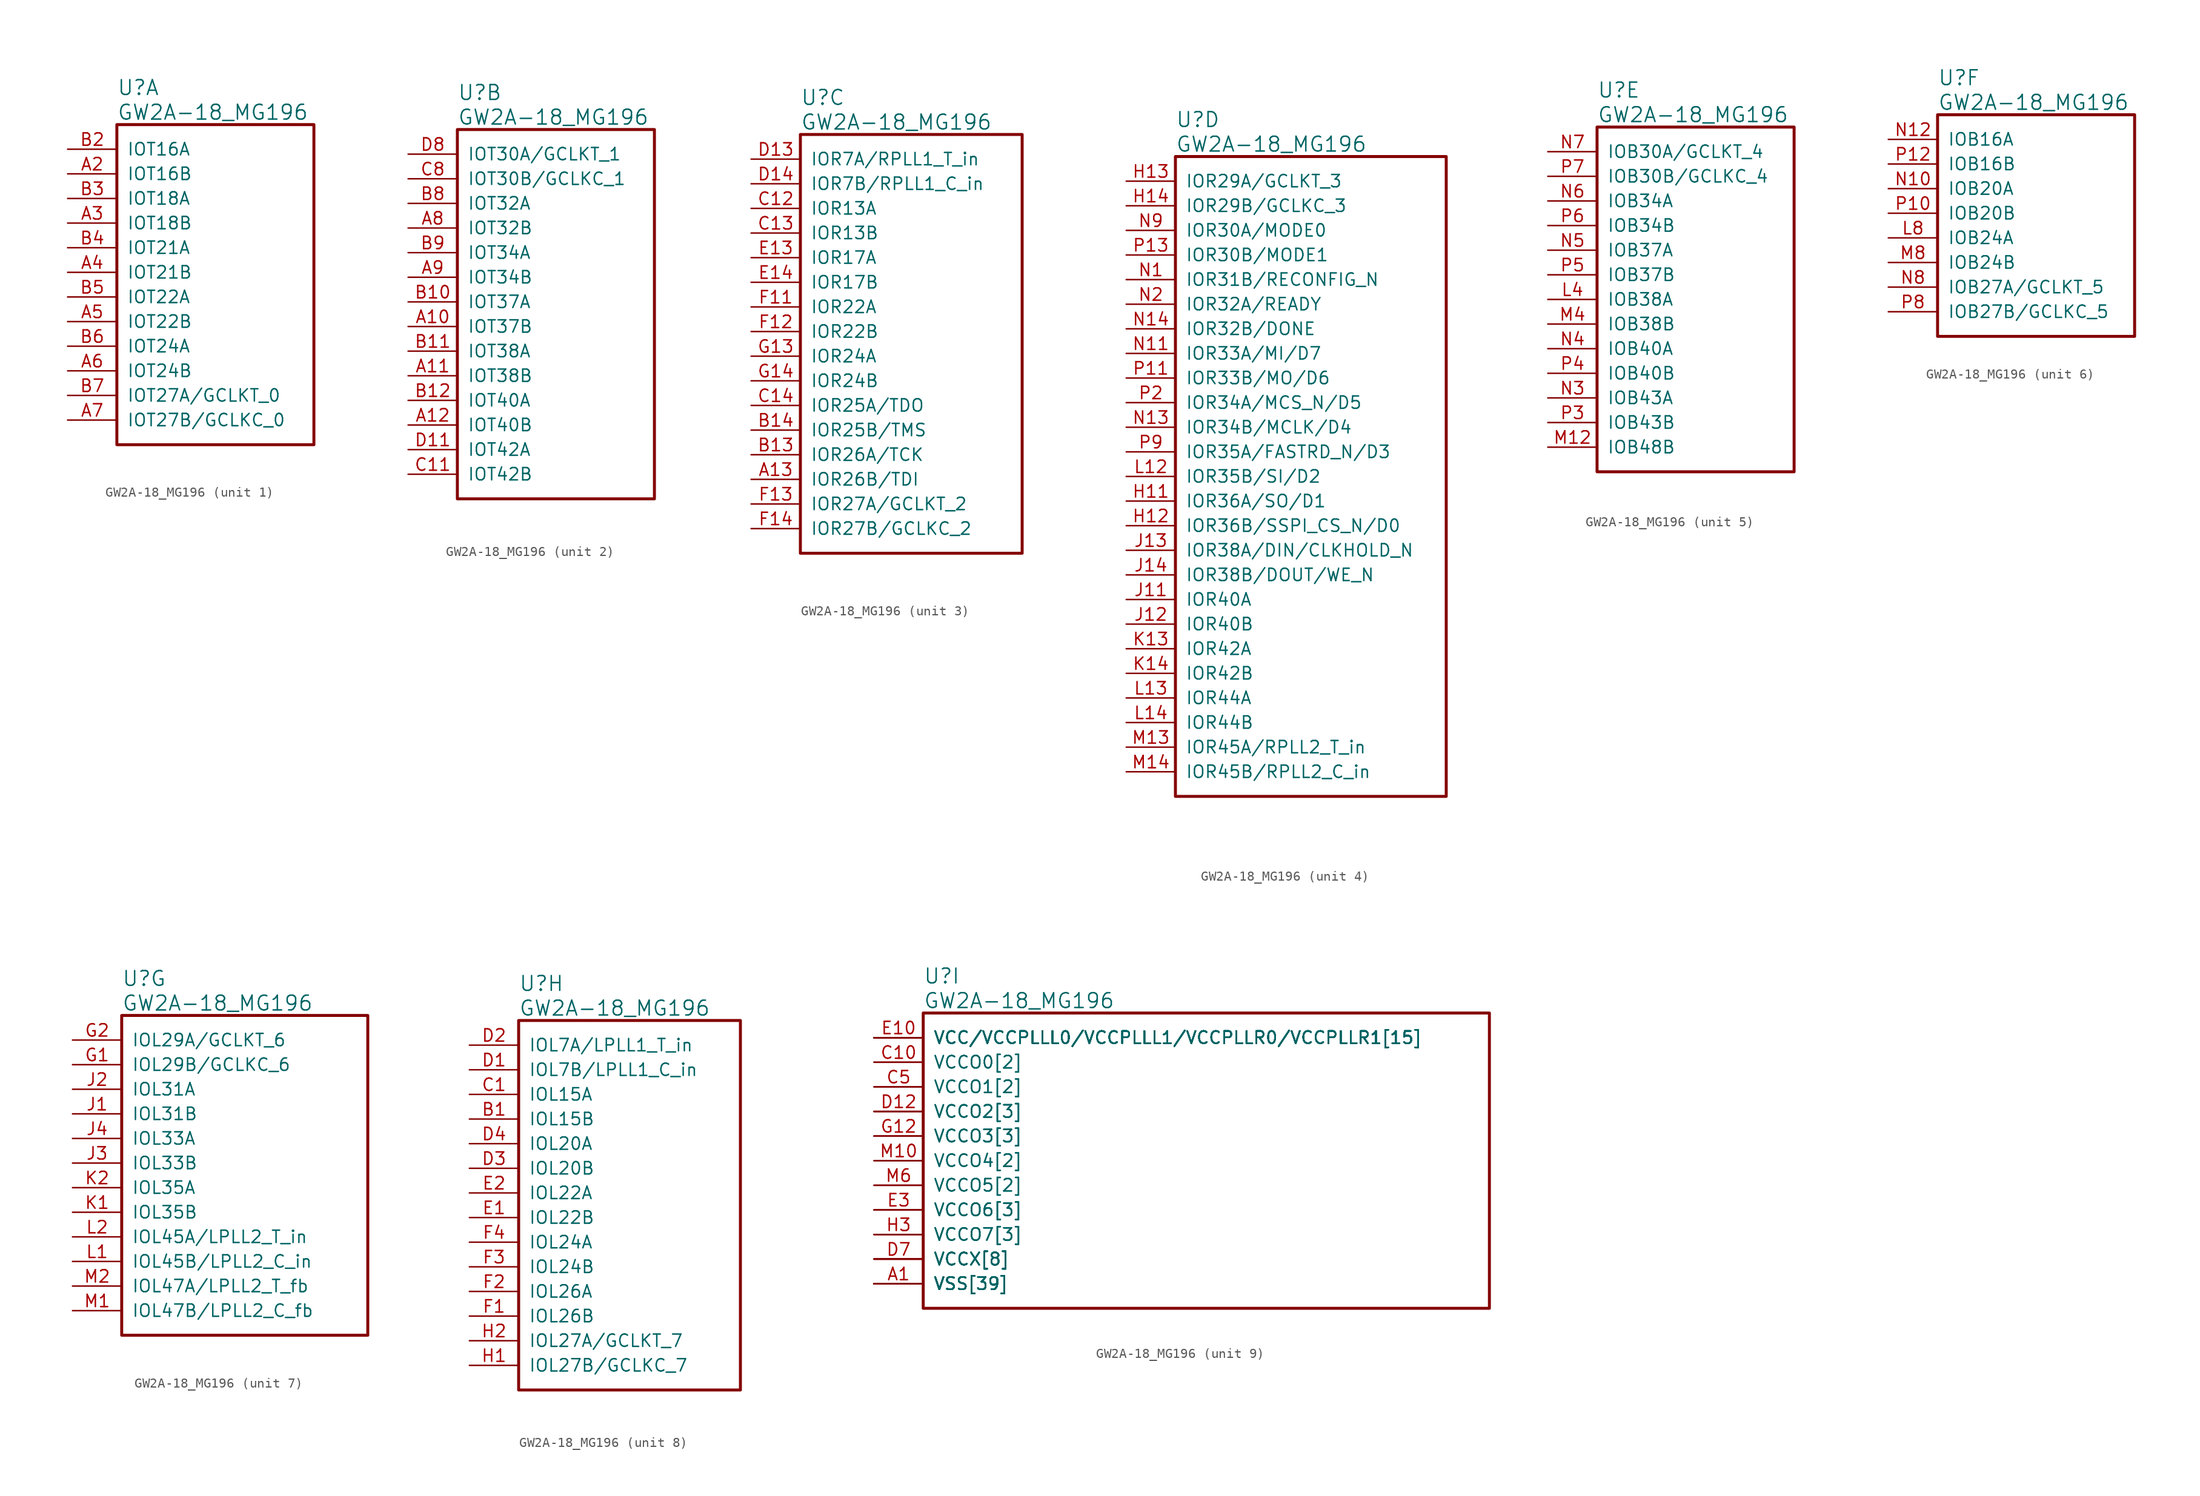
<source format=kicad_sym>
(kicad_symbol_lib
  (version 20211014)
  (generator kicad_symbol_editor)
  (symbol "GW2A-18_MG196"
    (pin_names
      (offset 1.016))
    (property "Reference" "U"
      (at 5.08 6.35 0)
      (effects (font (size 1.524 1.524)) (justify left)))
    (property "Value" "GW2A-18_MG196"
      (at 5.08 3.81 0)
      (effects (font (size 1.524 1.524)) (justify left)))
    (property "ki_locked" ""
      (at 0 0 0)
      (effects (font (size 1.27 1.27))))
    (symbol "GW2A-18_MG196_1_1"
      (rectangle (start 5.08 2.54) (end 25.4 -30.48) (stroke (width 0.305) (type default) (color 0 0 0 0)) (fill (type none)))
      (pin bidirectional line (at 0 -2.54 0) (length 5.08) (name "IOT16B" (effects (font (size 1.27 1.27)))) (number "A2" (effects (font (size 1.27 1.27)))))
      (pin bidirectional line (at 0 -7.62 0) (length 5.08) (name "IOT18B" (effects (font (size 1.27 1.27)))) (number "A3" (effects (font (size 1.27 1.27)))))
      (pin bidirectional line (at 0 -12.7 0) (length 5.08) (name "IOT21B" (effects (font (size 1.27 1.27)))) (number "A4" (effects (font (size 1.27 1.27)))))
      (pin bidirectional line (at 0 -17.78 0) (length 5.08) (name "IOT22B" (effects (font (size 1.27 1.27)))) (number "A5" (effects (font (size 1.27 1.27)))))
      (pin bidirectional line (at 0 -22.86 0) (length 5.08) (name "IOT24B" (effects (font (size 1.27 1.27)))) (number "A6" (effects (font (size 1.27 1.27)))))
      (pin bidirectional line (at 0 -27.94 0) (length 5.08) (name "IOT27B/GCLKC_0" (effects (font (size 1.27 1.27)))) (number "A7" (effects (font (size 1.27 1.27)))))
      (pin bidirectional line (at 0 0 0) (length 5.08) (name "IOT16A" (effects (font (size 1.27 1.27)))) (number "B2" (effects (font (size 1.27 1.27)))))
      (pin bidirectional line (at 0 -5.08 0) (length 5.08) (name "IOT18A" (effects (font (size 1.27 1.27)))) (number "B3" (effects (font (size 1.27 1.27)))))
      (pin bidirectional line (at 0 -10.16 0) (length 5.08) (name "IOT21A" (effects (font (size 1.27 1.27)))) (number "B4" (effects (font (size 1.27 1.27)))))
      (pin bidirectional line (at 0 -15.24 0) (length 5.08) (name "IOT22A" (effects (font (size 1.27 1.27)))) (number "B5" (effects (font (size 1.27 1.27)))))
      (pin bidirectional line (at 0 -20.32 0) (length 5.08) (name "IOT24A" (effects (font (size 1.27 1.27)))) (number "B6" (effects (font (size 1.27 1.27)))))
      (pin bidirectional line (at 0 -25.4 0) (length 5.08) (name "IOT27A/GCLKT_0" (effects (font (size 1.27 1.27)))) (number "B7" (effects (font (size 1.27 1.27))))))
    (symbol "GW2A-18_MG196_2_1"
      (rectangle (start 5.08 2.54) (end 25.4 -35.56) (stroke (width 0.305) (type default) (color 0 0 0 0)) (fill (type none)))
      (pin bidirectional line (at 0 -17.78 0) (length 5.08) (name "IOT37B" (effects (font (size 1.27 1.27)))) (number "A10" (effects (font (size 1.27 1.27)))))
      (pin bidirectional line (at 0 -22.86 0) (length 5.08) (name "IOT38B" (effects (font (size 1.27 1.27)))) (number "A11" (effects (font (size 1.27 1.27)))))
      (pin bidirectional line (at 0 -27.94 0) (length 5.08) (name "IOT40B" (effects (font (size 1.27 1.27)))) (number "A12" (effects (font (size 1.27 1.27)))))
      (pin bidirectional line (at 0 -7.62 0) (length 5.08) (name "IOT32B" (effects (font (size 1.27 1.27)))) (number "A8" (effects (font (size 1.27 1.27)))))
      (pin bidirectional line (at 0 -12.7 0) (length 5.08) (name "IOT34B" (effects (font (size 1.27 1.27)))) (number "A9" (effects (font (size 1.27 1.27)))))
      (pin bidirectional line (at 0 -15.24 0) (length 5.08) (name "IOT37A" (effects (font (size 1.27 1.27)))) (number "B10" (effects (font (size 1.27 1.27)))))
      (pin bidirectional line (at 0 -20.32 0) (length 5.08) (name "IOT38A" (effects (font (size 1.27 1.27)))) (number "B11" (effects (font (size 1.27 1.27)))))
      (pin bidirectional line (at 0 -25.4 0) (length 5.08) (name "IOT40A" (effects (font (size 1.27 1.27)))) (number "B12" (effects (font (size 1.27 1.27)))))
      (pin bidirectional line (at 0 -5.08 0) (length 5.08) (name "IOT32A" (effects (font (size 1.27 1.27)))) (number "B8" (effects (font (size 1.27 1.27)))))
      (pin bidirectional line (at 0 -10.16 0) (length 5.08) (name "IOT34A" (effects (font (size 1.27 1.27)))) (number "B9" (effects (font (size 1.27 1.27)))))
      (pin bidirectional line (at 0 -33.02 0) (length 5.08) (name "IOT42B" (effects (font (size 1.27 1.27)))) (number "C11" (effects (font (size 1.27 1.27)))))
      (pin bidirectional line (at 0 -2.54 0) (length 5.08) (name "IOT30B/GCLKC_1" (effects (font (size 1.27 1.27)))) (number "C8" (effects (font (size 1.27 1.27)))))
      (pin bidirectional line (at 0 -30.48 0) (length 5.08) (name "IOT42A" (effects (font (size 1.27 1.27)))) (number "D11" (effects (font (size 1.27 1.27)))))
      (pin bidirectional line (at 0 0 0) (length 5.08) (name "IOT30A/GCLKT_1" (effects (font (size 1.27 1.27)))) (number "D8" (effects (font (size 1.27 1.27))))))
    (symbol "GW2A-18_MG196_3_1"
      (rectangle (start 5.08 2.54) (end 27.94 -40.64) (stroke (width 0.305) (type default) (color 0 0 0 0)) (fill (type none)))
      (pin bidirectional line (at 0 -33.02 0) (length 5.08) (name "IOR26B/TDI" (effects (font (size 1.27 1.27)))) (number "A13" (effects (font (size 1.27 1.27)))))
      (pin bidirectional line (at 0 -30.48 0) (length 5.08) (name "IOR26A/TCK" (effects (font (size 1.27 1.27)))) (number "B13" (effects (font (size 1.27 1.27)))))
      (pin bidirectional line (at 0 -27.94 0) (length 5.08) (name "IOR25B/TMS" (effects (font (size 1.27 1.27)))) (number "B14" (effects (font (size 1.27 1.27)))))
      (pin bidirectional line (at 0 -5.08 0) (length 5.08) (name "IOR13A" (effects (font (size 1.27 1.27)))) (number "C12" (effects (font (size 1.27 1.27)))))
      (pin bidirectional line (at 0 -7.62 0) (length 5.08) (name "IOR13B" (effects (font (size 1.27 1.27)))) (number "C13" (effects (font (size 1.27 1.27)))))
      (pin bidirectional line (at 0 -25.4 0) (length 5.08) (name "IOR25A/TDO" (effects (font (size 1.27 1.27)))) (number "C14" (effects (font (size 1.27 1.27)))))
      (pin bidirectional line (at 0 0 0) (length 5.08) (name "IOR7A/RPLL1_T_in" (effects (font (size 1.27 1.27)))) (number "D13" (effects (font (size 1.27 1.27)))))
      (pin bidirectional line (at 0 -2.54 0) (length 5.08) (name "IOR7B/RPLL1_C_in" (effects (font (size 1.27 1.27)))) (number "D14" (effects (font (size 1.27 1.27)))))
      (pin bidirectional line (at 0 -10.16 0) (length 5.08) (name "IOR17A" (effects (font (size 1.27 1.27)))) (number "E13" (effects (font (size 1.27 1.27)))))
      (pin bidirectional line (at 0 -12.7 0) (length 5.08) (name "IOR17B" (effects (font (size 1.27 1.27)))) (number "E14" (effects (font (size 1.27 1.27)))))
      (pin bidirectional line (at 0 -15.24 0) (length 5.08) (name "IOR22A" (effects (font (size 1.27 1.27)))) (number "F11" (effects (font (size 1.27 1.27)))))
      (pin bidirectional line (at 0 -17.78 0) (length 5.08) (name "IOR22B" (effects (font (size 1.27 1.27)))) (number "F12" (effects (font (size 1.27 1.27)))))
      (pin bidirectional line (at 0 -35.56 0) (length 5.08) (name "IOR27A/GCLKT_2" (effects (font (size 1.27 1.27)))) (number "F13" (effects (font (size 1.27 1.27)))))
      (pin bidirectional line (at 0 -38.1 0) (length 5.08) (name "IOR27B/GCLKC_2" (effects (font (size 1.27 1.27)))) (number "F14" (effects (font (size 1.27 1.27)))))
      (pin bidirectional line (at 0 -20.32 0) (length 5.08) (name "IOR24A" (effects (font (size 1.27 1.27)))) (number "G13" (effects (font (size 1.27 1.27)))))
      (pin bidirectional line (at 0 -22.86 0) (length 5.08) (name "IOR24B" (effects (font (size 1.27 1.27)))) (number "G14" (effects (font (size 1.27 1.27))))))
    (symbol "GW2A-18_MG196_4_1"
      (rectangle (start 5.08 2.54) (end 33.02 -63.5) (stroke (width 0.305) (type default) (color 0 0 0 0)) (fill (type none)))
      (pin bidirectional line (at 0 -33.02 0) (length 5.08) (name "IOR36A/SO/D1" (effects (font (size 1.27 1.27)))) (number "H11" (effects (font (size 1.27 1.27)))))
      (pin bidirectional line (at 0 -35.56 0) (length 5.08) (name "IOR36B/SSPI_CS_N/D0" (effects (font (size 1.27 1.27)))) (number "H12" (effects (font (size 1.27 1.27)))))
      (pin bidirectional line (at 0 0 0) (length 5.08) (name "IOR29A/GCLKT_3" (effects (font (size 1.27 1.27)))) (number "H13" (effects (font (size 1.27 1.27)))))
      (pin bidirectional line (at 0 -2.54 0) (length 5.08) (name "IOR29B/GCLKC_3" (effects (font (size 1.27 1.27)))) (number "H14" (effects (font (size 1.27 1.27)))))
      (pin bidirectional line (at 0 -43.18 0) (length 5.08) (name "IOR40A" (effects (font (size 1.27 1.27)))) (number "J11" (effects (font (size 1.27 1.27)))))
      (pin bidirectional line (at 0 -45.72 0) (length 5.08) (name "IOR40B" (effects (font (size 1.27 1.27)))) (number "J12" (effects (font (size 1.27 1.27)))))
      (pin bidirectional line (at 0 -38.1 0) (length 5.08) (name "IOR38A/DIN/CLKHOLD_N" (effects (font (size 1.27 1.27)))) (number "J13" (effects (font (size 1.27 1.27)))))
      (pin bidirectional line (at 0 -40.64 0) (length 5.08) (name "IOR38B/DOUT/WE_N" (effects (font (size 1.27 1.27)))) (number "J14" (effects (font (size 1.27 1.27)))))
      (pin bidirectional line (at 0 -48.26 0) (length 5.08) (name "IOR42A" (effects (font (size 1.27 1.27)))) (number "K13" (effects (font (size 1.27 1.27)))))
      (pin bidirectional line (at 0 -50.8 0) (length 5.08) (name "IOR42B" (effects (font (size 1.27 1.27)))) (number "K14" (effects (font (size 1.27 1.27)))))
      (pin bidirectional line (at 0 -30.48 0) (length 5.08) (name "IOR35B/SI/D2" (effects (font (size 1.27 1.27)))) (number "L12" (effects (font (size 1.27 1.27)))))
      (pin bidirectional line (at 0 -53.34 0) (length 5.08) (name "IOR44A" (effects (font (size 1.27 1.27)))) (number "L13" (effects (font (size 1.27 1.27)))))
      (pin bidirectional line (at 0 -55.88 0) (length 5.08) (name "IOR44B" (effects (font (size 1.27 1.27)))) (number "L14" (effects (font (size 1.27 1.27)))))
      (pin bidirectional line (at 0 -58.42 0) (length 5.08) (name "IOR45A/RPLL2_T_in" (effects (font (size 1.27 1.27)))) (number "M13" (effects (font (size 1.27 1.27)))))
      (pin bidirectional line (at 0 -60.96 0) (length 5.08) (name "IOR45B/RPLL2_C_in" (effects (font (size 1.27 1.27)))) (number "M14" (effects (font (size 1.27 1.27)))))
      (pin bidirectional line (at 0 -10.16 0) (length 5.08) (name "IOR31B/RECONFIG_N" (effects (font (size 1.27 1.27)))) (number "N1" (effects (font (size 1.27 1.27)))))
      (pin bidirectional line (at 0 -17.78 0) (length 5.08) (name "IOR33A/MI/D7" (effects (font (size 1.27 1.27)))) (number "N11" (effects (font (size 1.27 1.27)))))
      (pin bidirectional line (at 0 -25.4 0) (length 5.08) (name "IOR34B/MCLK/D4" (effects (font (size 1.27 1.27)))) (number "N13" (effects (font (size 1.27 1.27)))))
      (pin bidirectional line (at 0 -15.24 0) (length 5.08) (name "IOR32B/DONE" (effects (font (size 1.27 1.27)))) (number "N14" (effects (font (size 1.27 1.27)))))
      (pin bidirectional line (at 0 -12.7 0) (length 5.08) (name "IOR32A/READY" (effects (font (size 1.27 1.27)))) (number "N2" (effects (font (size 1.27 1.27)))))
      (pin bidirectional line (at 0 -5.08 0) (length 5.08) (name "IOR30A/MODE0" (effects (font (size 1.27 1.27)))) (number "N9" (effects (font (size 1.27 1.27)))))
      (pin bidirectional line (at 0 -20.32 0) (length 5.08) (name "IOR33B/MO/D6" (effects (font (size 1.27 1.27)))) (number "P11" (effects (font (size 1.27 1.27)))))
      (pin bidirectional line (at 0 -7.62 0) (length 5.08) (name "IOR30B/MODE1" (effects (font (size 1.27 1.27)))) (number "P13" (effects (font (size 1.27 1.27)))))
      (pin bidirectional line (at 0 -22.86 0) (length 5.08) (name "IOR34A/MCS_N/D5" (effects (font (size 1.27 1.27)))) (number "P2" (effects (font (size 1.27 1.27)))))
      (pin bidirectional line (at 0 -27.94 0) (length 5.08) (name "IOR35A/FASTRD_N/D3" (effects (font (size 1.27 1.27)))) (number "P9" (effects (font (size 1.27 1.27))))))
    (symbol "GW2A-18_MG196_5_1"
      (rectangle (start 5.08 2.54) (end 25.4 -33.02) (stroke (width 0.305) (type default) (color 0 0 0 0)) (fill (type none)))
      (pin bidirectional line (at 0 -15.24 0) (length 5.08) (name "IOB38A" (effects (font (size 1.27 1.27)))) (number "L4" (effects (font (size 1.27 1.27)))))
      (pin bidirectional line (at 0 -30.48 0) (length 5.08) (name "IOB48B" (effects (font (size 1.27 1.27)))) (number "M12" (effects (font (size 1.27 1.27)))))
      (pin bidirectional line (at 0 -17.78 0) (length 5.08) (name "IOB38B" (effects (font (size 1.27 1.27)))) (number "M4" (effects (font (size 1.27 1.27)))))
      (pin bidirectional line (at 0 -25.4 0) (length 5.08) (name "IOB43A" (effects (font (size 1.27 1.27)))) (number "N3" (effects (font (size 1.27 1.27)))))
      (pin bidirectional line (at 0 -20.32 0) (length 5.08) (name "IOB40A" (effects (font (size 1.27 1.27)))) (number "N4" (effects (font (size 1.27 1.27)))))
      (pin bidirectional line (at 0 -10.16 0) (length 5.08) (name "IOB37A" (effects (font (size 1.27 1.27)))) (number "N5" (effects (font (size 1.27 1.27)))))
      (pin bidirectional line (at 0 -5.08 0) (length 5.08) (name "IOB34A" (effects (font (size 1.27 1.27)))) (number "N6" (effects (font (size 1.27 1.27)))))
      (pin bidirectional line (at 0 0 0) (length 5.08) (name "IOB30A/GCLKT_4" (effects (font (size 1.27 1.27)))) (number "N7" (effects (font (size 1.27 1.27)))))
      (pin bidirectional line (at 0 -27.94 0) (length 5.08) (name "IOB43B" (effects (font (size 1.27 1.27)))) (number "P3" (effects (font (size 1.27 1.27)))))
      (pin bidirectional line (at 0 -22.86 0) (length 5.08) (name "IOB40B" (effects (font (size 1.27 1.27)))) (number "P4" (effects (font (size 1.27 1.27)))))
      (pin bidirectional line (at 0 -12.7 0) (length 5.08) (name "IOB37B" (effects (font (size 1.27 1.27)))) (number "P5" (effects (font (size 1.27 1.27)))))
      (pin bidirectional line (at 0 -7.62 0) (length 5.08) (name "IOB34B" (effects (font (size 1.27 1.27)))) (number "P6" (effects (font (size 1.27 1.27)))))
      (pin bidirectional line (at 0 -2.54 0) (length 5.08) (name "IOB30B/GCLKC_4" (effects (font (size 1.27 1.27)))) (number "P7" (effects (font (size 1.27 1.27))))))
    (symbol "GW2A-18_MG196_6_1"
      (rectangle (start 5.08 2.54) (end 25.4 -20.32) (stroke (width 0.305) (type default) (color 0 0 0 0)) (fill (type none)))
      (pin bidirectional line (at 0 -10.16 0) (length 5.08) (name "IOB24A" (effects (font (size 1.27 1.27)))) (number "L8" (effects (font (size 1.27 1.27)))))
      (pin bidirectional line (at 0 -12.7 0) (length 5.08) (name "IOB24B" (effects (font (size 1.27 1.27)))) (number "M8" (effects (font (size 1.27 1.27)))))
      (pin bidirectional line (at 0 -5.08 0) (length 5.08) (name "IOB20A" (effects (font (size 1.27 1.27)))) (number "N10" (effects (font (size 1.27 1.27)))))
      (pin bidirectional line (at 0 0 0) (length 5.08) (name "IOB16A" (effects (font (size 1.27 1.27)))) (number "N12" (effects (font (size 1.27 1.27)))))
      (pin bidirectional line (at 0 -15.24 0) (length 5.08) (name "IOB27A/GCLKT_5" (effects (font (size 1.27 1.27)))) (number "N8" (effects (font (size 1.27 1.27)))))
      (pin bidirectional line (at 0 -7.62 0) (length 5.08) (name "IOB20B" (effects (font (size 1.27 1.27)))) (number "P10" (effects (font (size 1.27 1.27)))))
      (pin bidirectional line (at 0 -2.54 0) (length 5.08) (name "IOB16B" (effects (font (size 1.27 1.27)))) (number "P12" (effects (font (size 1.27 1.27)))))
      (pin bidirectional line (at 0 -17.78 0) (length 5.08) (name "IOB27B/GCLKC_5" (effects (font (size 1.27 1.27)))) (number "P8" (effects (font (size 1.27 1.27))))))
    (symbol "GW2A-18_MG196_7_1"
      (rectangle (start 5.08 2.54) (end 30.48 -30.48) (stroke (width 0.305) (type default) (color 0 0 0 0)) (fill (type none)))
      (pin bidirectional line (at 0 -2.54 0) (length 5.08) (name "IOL29B/GCLKC_6" (effects (font (size 1.27 1.27)))) (number "G1" (effects (font (size 1.27 1.27)))))
      (pin bidirectional line (at 0 0 0) (length 5.08) (name "IOL29A/GCLKT_6" (effects (font (size 1.27 1.27)))) (number "G2" (effects (font (size 1.27 1.27)))))
      (pin bidirectional line (at 0 -7.62 0) (length 5.08) (name "IOL31B" (effects (font (size 1.27 1.27)))) (number "J1" (effects (font (size 1.27 1.27)))))
      (pin bidirectional line (at 0 -5.08 0) (length 5.08) (name "IOL31A" (effects (font (size 1.27 1.27)))) (number "J2" (effects (font (size 1.27 1.27)))))
      (pin bidirectional line (at 0 -12.7 0) (length 5.08) (name "IOL33B" (effects (font (size 1.27 1.27)))) (number "J3" (effects (font (size 1.27 1.27)))))
      (pin bidirectional line (at 0 -10.16 0) (length 5.08) (name "IOL33A" (effects (font (size 1.27 1.27)))) (number "J4" (effects (font (size 1.27 1.27)))))
      (pin bidirectional line (at 0 -17.78 0) (length 5.08) (name "IOL35B" (effects (font (size 1.27 1.27)))) (number "K1" (effects (font (size 1.27 1.27)))))
      (pin bidirectional line (at 0 -15.24 0) (length 5.08) (name "IOL35A" (effects (font (size 1.27 1.27)))) (number "K2" (effects (font (size 1.27 1.27)))))
      (pin bidirectional line (at 0 -22.86 0) (length 5.08) (name "IOL45B/LPLL2_C_in" (effects (font (size 1.27 1.27)))) (number "L1" (effects (font (size 1.27 1.27)))))
      (pin bidirectional line (at 0 -20.32 0) (length 5.08) (name "IOL45A/LPLL2_T_in" (effects (font (size 1.27 1.27)))) (number "L2" (effects (font (size 1.27 1.27)))))
      (pin bidirectional line (at 0 -27.94 0) (length 5.08) (name "IOL47B/LPLL2_C_fb" (effects (font (size 1.27 1.27)))) (number "M1" (effects (font (size 1.27 1.27)))))
      (pin bidirectional line (at 0 -25.4 0) (length 5.08) (name "IOL47A/LPLL2_T_fb" (effects (font (size 1.27 1.27)))) (number "M2" (effects (font (size 1.27 1.27))))))
    (symbol "GW2A-18_MG196_8_1"
      (rectangle (start 5.08 2.54) (end 27.94 -35.56) (stroke (width 0.305) (type default) (color 0 0 0 0)) (fill (type none)))
      (pin bidirectional line (at 0 -7.62 0) (length 5.08) (name "IOL15B" (effects (font (size 1.27 1.27)))) (number "B1" (effects (font (size 1.27 1.27)))))
      (pin bidirectional line (at 0 -5.08 0) (length 5.08) (name "IOL15A" (effects (font (size 1.27 1.27)))) (number "C1" (effects (font (size 1.27 1.27)))))
      (pin bidirectional line (at 0 -2.54 0) (length 5.08) (name "IOL7B/LPLL1_C_in" (effects (font (size 1.27 1.27)))) (number "D1" (effects (font (size 1.27 1.27)))))
      (pin bidirectional line (at 0 0 0) (length 5.08) (name "IOL7A/LPLL1_T_in" (effects (font (size 1.27 1.27)))) (number "D2" (effects (font (size 1.27 1.27)))))
      (pin bidirectional line (at 0 -12.7 0) (length 5.08) (name "IOL20B" (effects (font (size 1.27 1.27)))) (number "D3" (effects (font (size 1.27 1.27)))))
      (pin bidirectional line (at 0 -10.16 0) (length 5.08) (name "IOL20A" (effects (font (size 1.27 1.27)))) (number "D4" (effects (font (size 1.27 1.27)))))
      (pin bidirectional line (at 0 -17.78 0) (length 5.08) (name "IOL22B" (effects (font (size 1.27 1.27)))) (number "E1" (effects (font (size 1.27 1.27)))))
      (pin bidirectional line (at 0 -15.24 0) (length 5.08) (name "IOL22A" (effects (font (size 1.27 1.27)))) (number "E2" (effects (font (size 1.27 1.27)))))
      (pin bidirectional line (at 0 -27.94 0) (length 5.08) (name "IOL26B" (effects (font (size 1.27 1.27)))) (number "F1" (effects (font (size 1.27 1.27)))))
      (pin bidirectional line (at 0 -25.4 0) (length 5.08) (name "IOL26A" (effects (font (size 1.27 1.27)))) (number "F2" (effects (font (size 1.27 1.27)))))
      (pin bidirectional line (at 0 -22.86 0) (length 5.08) (name "IOL24B" (effects (font (size 1.27 1.27)))) (number "F3" (effects (font (size 1.27 1.27)))))
      (pin bidirectional line (at 0 -20.32 0) (length 5.08) (name "IOL24A" (effects (font (size 1.27 1.27)))) (number "F4" (effects (font (size 1.27 1.27)))))
      (pin bidirectional line (at 0 -33.02 0) (length 5.08) (name "IOL27B/GCLKC_7" (effects (font (size 1.27 1.27)))) (number "H1" (effects (font (size 1.27 1.27)))))
      (pin bidirectional line (at 0 -30.48 0) (length 5.08) (name "IOL27A/GCLKT_7" (effects (font (size 1.27 1.27)))) (number "H2" (effects (font (size 1.27 1.27))))))
    (symbol "GW2A-18_MG196_9_1"
      (rectangle (start 5.08 2.54) (end 63.5 -27.94) (stroke (width 0.305) (type default) (color 0 0 0 0)) (fill (type none)))
      (pin power_in line (at 0 -25.4 0) (length 5.08) (name "VSS[39]" (effects (font (size 1.27 1.27)))) (number "A1" (effects (font (size 1.27 1.27)))))
      (pin power_in line (at 0 -25.4 0) (length 5.08) (name "VSS[39]" (effects (font (size 1.27 1.27)))) (number "A14" (effects (font (size 0 0)))))
      (pin power_in line (at 0 -2.54 0) (length 5.08) (name "VCCO0[2]" (effects (font (size 1.27 1.27)))) (number "C10" (effects (font (size 1.27 1.27)))))
      (pin power_in line (at 0 -25.4 0) (length 5.08) (name "VSS[39]" (effects (font (size 1.27 1.27)))) (number "C2" (effects (font (size 0 0)))))
      (pin power_in line (at 0 -25.4 0) (length 5.08) (name "VSS[39]" (effects (font (size 1.27 1.27)))) (number "C3" (effects (font (size 0 0)))))
      (pin power_in line (at 0 -2.54 0) (length 5.08) (name "VCCO0[2]" (effects (font (size 1.27 1.27)))) (number "C4" (effects (font (size 0 0)))))
      (pin power_in line (at 0 -5.08 0) (length 5.08) (name "VCCO1[2]" (effects (font (size 1.27 1.27)))) (number "C5" (effects (font (size 1.27 1.27)))))
      (pin power_in line (at 0 -25.4 0) (length 5.08) (name "VSS[39]" (effects (font (size 1.27 1.27)))) (number "C6" (effects (font (size 0 0)))))
      (pin power_in line (at 0 -25.4 0) (length 5.08) (name "VSS[39]" (effects (font (size 1.27 1.27)))) (number "C7" (effects (font (size 0 0)))))
      (pin power_in line (at 0 -5.08 0) (length 5.08) (name "VCCO1[2]" (effects (font (size 1.27 1.27)))) (number "C9" (effects (font (size 0 0)))))
      (pin power_in line (at 0 -25.4 0) (length 5.08) (name "VSS[39]" (effects (font (size 1.27 1.27)))) (number "D10" (effects (font (size 0 0)))))
      (pin power_in line (at 0 -7.62 0) (length 5.08) (name "VCCO2[3]" (effects (font (size 1.27 1.27)))) (number "D12" (effects (font (size 1.27 1.27)))))
      (pin power_in line (at 0 -25.4 0) (length 5.08) (name "VSS[39]" (effects (font (size 1.27 1.27)))) (number "D5" (effects (font (size 0 0)))))
      (pin power_in line (at 0 -25.4 0) (length 5.08) (name "VSS[39]" (effects (font (size 1.27 1.27)))) (number "D6" (effects (font (size 0 0)))))
      (pin power_in line (at 0 -22.86 0) (length 5.08) (name "VCCX[8]" (effects (font (size 1.27 1.27)))) (number "D7" (effects (font (size 1.27 1.27)))))
      (pin power_in line (at 0 -25.4 0) (length 5.08) (name "VSS[39]" (effects (font (size 1.27 1.27)))) (number "D9" (effects (font (size 0 0)))))
      (pin power_in line (at 0 0 0) (length 5.08) (name "VCC/VCCPLLL0/VCCPLLL1/VCCPLLR0/VCCPLLR1[15]" (effects (font (size 1.27 1.27)))) (number "E10" (effects (font (size 1.27 1.27)))))
      (pin power_in line (at 0 -25.4 0) (length 5.08) (name "VSS[39]" (effects (font (size 1.27 1.27)))) (number "E11" (effects (font (size 0 0)))))
      (pin power_in line (at 0 -7.62 0) (length 5.08) (name "VCCO2[3]" (effects (font (size 1.27 1.27)))) (number "E12" (effects (font (size 0 0)))))
      (pin power_in line (at 0 -17.78 0) (length 5.08) (name "VCCO6[3]" (effects (font (size 1.27 1.27)))) (number "E3" (effects (font (size 1.27 1.27)))))
      (pin power_in line (at 0 -17.78 0) (length 5.08) (name "VCCO6[3]" (effects (font (size 1.27 1.27)))) (number "E4" (effects (font (size 0 0)))))
      (pin power_in line (at 0 0 0) (length 5.08) (name "VCC/VCCPLLL0/VCCPLLL1/VCCPLLR0/VCCPLLR1[15]" (effects (font (size 1.27 1.27)))) (number "E5" (effects (font (size 0 0)))))
      (pin power_in line (at 0 0 0) (length 5.08) (name "VCC/VCCPLLL0/VCCPLLL1/VCCPLLR0/VCCPLLR1[15]" (effects (font (size 1.27 1.27)))) (number "E6" (effects (font (size 0 0)))))
      (pin power_in line (at 0 -22.86 0) (length 5.08) (name "VCCX[8]" (effects (font (size 1.27 1.27)))) (number "E7" (effects (font (size 0 0)))))
      (pin power_in line (at 0 -25.4 0) (length 5.08) (name "VSS[39]" (effects (font (size 1.27 1.27)))) (number "E8" (effects (font (size 0 0)))))
      (pin power_in line (at 0 0 0) (length 5.08) (name "VCC/VCCPLLL0/VCCPLLL1/VCCPLLR0/VCCPLLR1[15]" (effects (font (size 1.27 1.27)))) (number "E9" (effects (font (size 0 0)))))
      (pin power_in line (at 0 0 0) (length 5.08) (name "VCC/VCCPLLL0/VCCPLLL1/VCCPLLR0/VCCPLLR1[15]" (effects (font (size 1.27 1.27)))) (number "F10" (effects (font (size 0 0)))))
      (pin power_in line (at 0 0 0) (length 5.08) (name "VCC/VCCPLLL0/VCCPLLL1/VCCPLLR0/VCCPLLR1[15]" (effects (font (size 1.27 1.27)))) (number "F5" (effects (font (size 0 0)))))
      (pin power_in line (at 0 0 0) (length 5.08) (name "VCC/VCCPLLL0/VCCPLLL1/VCCPLLR0/VCCPLLR1[15]" (effects (font (size 1.27 1.27)))) (number "F6" (effects (font (size 0 0)))))
      (pin power_in line (at 0 -25.4 0) (length 5.08) (name "VSS[39]" (effects (font (size 1.27 1.27)))) (number "F7" (effects (font (size 0 0)))))
      (pin power_in line (at 0 -25.4 0) (length 5.08) (name "VSS[39]" (effects (font (size 1.27 1.27)))) (number "F8" (effects (font (size 0 0)))))
      (pin power_in line (at 0 0 0) (length 5.08) (name "VCC/VCCPLLL0/VCCPLLL1/VCCPLLR0/VCCPLLR1[15]" (effects (font (size 1.27 1.27)))) (number "F9" (effects (font (size 0 0)))))
      (pin power_in line (at 0 -22.86 0) (length 5.08) (name "VCCX[8]" (effects (font (size 1.27 1.27)))) (number "G10" (effects (font (size 0 0)))))
      (pin power_in line (at 0 -7.62 0) (length 5.08) (name "VCCO2[3]" (effects (font (size 1.27 1.27)))) (number "G11" (effects (font (size 0 0)))))
      (pin power_in line (at 0 -10.16 0) (length 5.08) (name "VCCO3[3]" (effects (font (size 1.27 1.27)))) (number "G12" (effects (font (size 1.27 1.27)))))
      (pin power_in line (at 0 -17.78 0) (length 5.08) (name "VCCO6[3]" (effects (font (size 1.27 1.27)))) (number "G3" (effects (font (size 0 0)))))
      (pin power_in line (at 0 -25.4 0) (length 5.08) (name "VSS[39]" (effects (font (size 1.27 1.27)))) (number "G4" (effects (font (size 0 0)))))
      (pin power_in line (at 0 -25.4 0) (length 5.08) (name "VSS[39]" (effects (font (size 1.27 1.27)))) (number "G5" (effects (font (size 0 0)))))
      (pin power_in line (at 0 -25.4 0) (length 5.08) (name "VSS[39]" (effects (font (size 1.27 1.27)))) (number "G6" (effects (font (size 0 0)))))
      (pin power_in line (at 0 -25.4 0) (length 5.08) (name "VSS[39]" (effects (font (size 1.27 1.27)))) (number "G7" (effects (font (size 0 0)))))
      (pin power_in line (at 0 -25.4 0) (length 5.08) (name "VSS[39]" (effects (font (size 1.27 1.27)))) (number "G8" (effects (font (size 0 0)))))
      (pin power_in line (at 0 -22.86 0) (length 5.08) (name "VCCX[8]" (effects (font (size 1.27 1.27)))) (number "G9" (effects (font (size 0 0)))))
      (pin power_in line (at 0 -25.4 0) (length 5.08) (name "VSS[39]" (effects (font (size 1.27 1.27)))) (number "H10" (effects (font (size 0 0)))))
      (pin power_in line (at 0 -20.32 0) (length 5.08) (name "VCCO7[3]" (effects (font (size 1.27 1.27)))) (number "H3" (effects (font (size 1.27 1.27)))))
      (pin power_in line (at 0 -25.4 0) (length 5.08) (name "VSS[39]" (effects (font (size 1.27 1.27)))) (number "H4" (effects (font (size 0 0)))))
      (pin power_in line (at 0 -22.86 0) (length 5.08) (name "VCCX[8]" (effects (font (size 1.27 1.27)))) (number "H5" (effects (font (size 0 0)))))
      (pin power_in line (at 0 -22.86 0) (length 5.08) (name "VCCX[8]" (effects (font (size 1.27 1.27)))) (number "H6" (effects (font (size 0 0)))))
      (pin power_in line (at 0 -25.4 0) (length 5.08) (name "VSS[39]" (effects (font (size 1.27 1.27)))) (number "H7" (effects (font (size 0 0)))))
      (pin power_in line (at 0 -25.4 0) (length 5.08) (name "VSS[39]" (effects (font (size 1.27 1.27)))) (number "H8" (effects (font (size 0 0)))))
      (pin power_in line (at 0 -25.4 0) (length 5.08) (name "VSS[39]" (effects (font (size 1.27 1.27)))) (number "H9" (effects (font (size 0 0)))))
      (pin power_in line (at 0 -25.4 0) (length 5.08) (name "VSS[39]" (effects (font (size 1.27 1.27)))) (number "J10" (effects (font (size 0 0)))))
      (pin power_in line (at 0 0 0) (length 5.08) (name "VCC/VCCPLLL0/VCCPLLL1/VCCPLLR0/VCCPLLR1[15]" (effects (font (size 1.27 1.27)))) (number "J5" (effects (font (size 0 0)))))
      (pin power_in line (at 0 0 0) (length 5.08) (name "VCC/VCCPLLL0/VCCPLLL1/VCCPLLR0/VCCPLLR1[15]" (effects (font (size 1.27 1.27)))) (number "J6" (effects (font (size 0 0)))))
      (pin power_in line (at 0 -25.4 0) (length 5.08) (name "VSS[39]" (effects (font (size 1.27 1.27)))) (number "J7" (effects (font (size 0 0)))))
      (pin power_in line (at 0 -25.4 0) (length 5.08) (name "VSS[39]" (effects (font (size 1.27 1.27)))) (number "J8" (effects (font (size 0 0)))))
      (pin power_in line (at 0 0 0) (length 5.08) (name "VCC/VCCPLLL0/VCCPLLL1/VCCPLLR0/VCCPLLR1[15]" (effects (font (size 1.27 1.27)))) (number "J9" (effects (font (size 0 0)))))
      (pin power_in line (at 0 0 0) (length 5.08) (name "VCC/VCCPLLL0/VCCPLLL1/VCCPLLR0/VCCPLLR1[15]" (effects (font (size 1.27 1.27)))) (number "K10" (effects (font (size 0 0)))))
      (pin power_in line (at 0 -10.16 0) (length 5.08) (name "VCCO3[3]" (effects (font (size 1.27 1.27)))) (number "K11" (effects (font (size 0 0)))))
      (pin power_in line (at 0 -10.16 0) (length 5.08) (name "VCCO3[3]" (effects (font (size 1.27 1.27)))) (number "K12" (effects (font (size 0 0)))))
      (pin power_in line (at 0 -20.32 0) (length 5.08) (name "VCCO7[3]" (effects (font (size 1.27 1.27)))) (number "K3" (effects (font (size 0 0)))))
      (pin power_in line (at 0 -20.32 0) (length 5.08) (name "VCCO7[3]" (effects (font (size 1.27 1.27)))) (number "K4" (effects (font (size 0 0)))))
      (pin power_in line (at 0 0 0) (length 5.08) (name "VCC/VCCPLLL0/VCCPLLL1/VCCPLLR0/VCCPLLR1[15]" (effects (font (size 1.27 1.27)))) (number "K5" (effects (font (size 0 0)))))
      (pin power_in line (at 0 0 0) (length 5.08) (name "VCC/VCCPLLL0/VCCPLLL1/VCCPLLR0/VCCPLLR1[15]" (effects (font (size 1.27 1.27)))) (number "K6" (effects (font (size 0 0)))))
      (pin power_in line (at 0 -22.86 0) (length 5.08) (name "VCCX[8]" (effects (font (size 1.27 1.27)))) (number "K7" (effects (font (size 0 0)))))
      (pin power_in line (at 0 -25.4 0) (length 5.08) (name "VSS[39]" (effects (font (size 1.27 1.27)))) (number "K8" (effects (font (size 0 0)))))
      (pin power_in line (at 0 0 0) (length 5.08) (name "VCC/VCCPLLL0/VCCPLLL1/VCCPLLR0/VCCPLLR1[15]" (effects (font (size 1.27 1.27)))) (number "K9" (effects (font (size 0 0)))))
      (pin power_in line (at 0 -25.4 0) (length 5.08) (name "VSS[39]" (effects (font (size 1.27 1.27)))) (number "L10" (effects (font (size 0 0)))))
      (pin power_in line (at 0 -25.4 0) (length 5.08) (name "VSS[39]" (effects (font (size 1.27 1.27)))) (number "L11" (effects (font (size 0 0)))))
      (pin power_in line (at 0 -25.4 0) (length 5.08) (name "VSS[39]" (effects (font (size 1.27 1.27)))) (number "L3" (effects (font (size 0 0)))))
      (pin power_in line (at 0 -25.4 0) (length 5.08) (name "VSS[39]" (effects (font (size 1.27 1.27)))) (number "L5" (effects (font (size 0 0)))))
      (pin power_in line (at 0 -25.4 0) (length 5.08) (name "VSS[39]" (effects (font (size 1.27 1.27)))) (number "L6" (effects (font (size 0 0)))))
      (pin power_in line (at 0 -22.86 0) (length 5.08) (name "VCCX[8]" (effects (font (size 1.27 1.27)))) (number "L7" (effects (font (size 0 0)))))
      (pin power_in line (at 0 -25.4 0) (length 5.08) (name "VSS[39]" (effects (font (size 1.27 1.27)))) (number "L9" (effects (font (size 0 0)))))
      (pin power_in line (at 0 -12.7 0) (length 5.08) (name "VCCO4[2]" (effects (font (size 1.27 1.27)))) (number "M10" (effects (font (size 1.27 1.27)))))
      (pin power_in line (at 0 -25.4 0) (length 5.08) (name "VSS[39]" (effects (font (size 1.27 1.27)))) (number "M11" (effects (font (size 0 0)))))
      (pin power_in line (at 0 -25.4 0) (length 5.08) (name "VSS[39]" (effects (font (size 1.27 1.27)))) (number "M3" (effects (font (size 0 0)))))
      (pin power_in line (at 0 -12.7 0) (length 5.08) (name "VCCO4[2]" (effects (font (size 1.27 1.27)))) (number "M5" (effects (font (size 0 0)))))
      (pin power_in line (at 0 -15.24 0) (length 5.08) (name "VCCO5[2]" (effects (font (size 1.27 1.27)))) (number "M6" (effects (font (size 1.27 1.27)))))
      (pin power_in line (at 0 -25.4 0) (length 5.08) (name "VSS[39]" (effects (font (size 1.27 1.27)))) (number "M7" (effects (font (size 0 0)))))
      (pin power_in line (at 0 -15.24 0) (length 5.08) (name "VCCO5[2]" (effects (font (size 1.27 1.27)))) (number "M9" (effects (font (size 0 0)))))
      (pin power_in line (at 0 -25.4 0) (length 5.08) (name "VSS[39]" (effects (font (size 1.27 1.27)))) (number "P1" (effects (font (size 0 0)))))
      (pin power_in line (at 0 -25.4 0) (length 5.08) (name "VSS[39]" (effects (font (size 1.27 1.27)))) (number "P14" (effects (font (size 0 0))))))))
</source>
